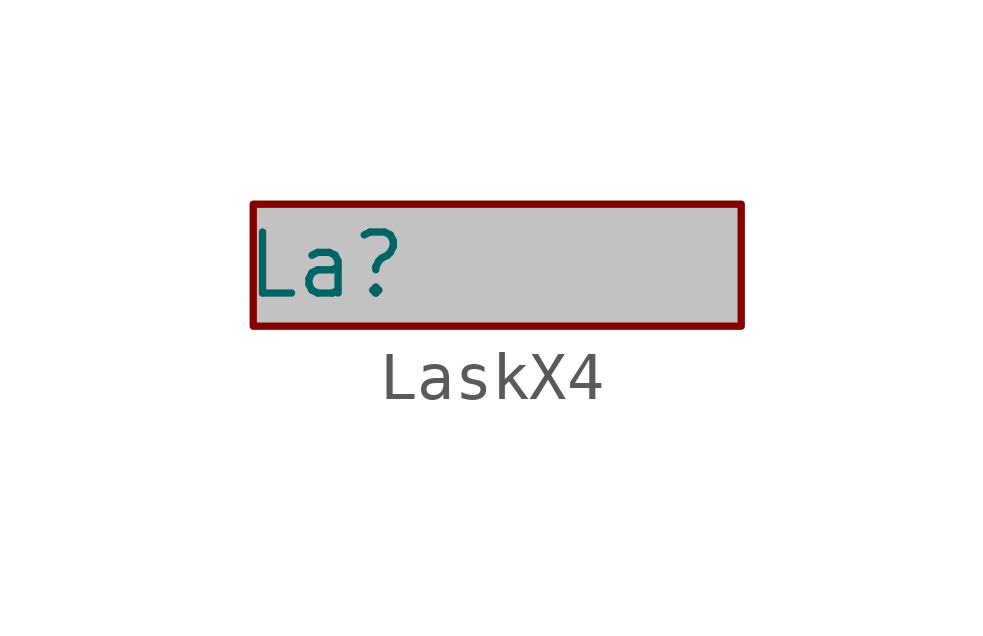
<source format=kicad_sym>
(kicad_symbol_lib
  (version 20231120)
  (generator "kicad_symbol_editor")
  (generator_version "8.0")
  (symbol "LaskX4"
    (property "Reference" "La"
      (at 1.524 0 0)
      (effects (font (size 1.27 1.27))))
    (property "Value" ""
      (at 0 0 0)
      (effects (font (size 1.27 1.27))))
    (symbol "LaskX4_1_1"
      (rectangle (start 0 1.27) (end 10.16 -1.27) (stroke (width 0) (type default)) (fill (type color) (color 194 194 194 1))))))
</source>
